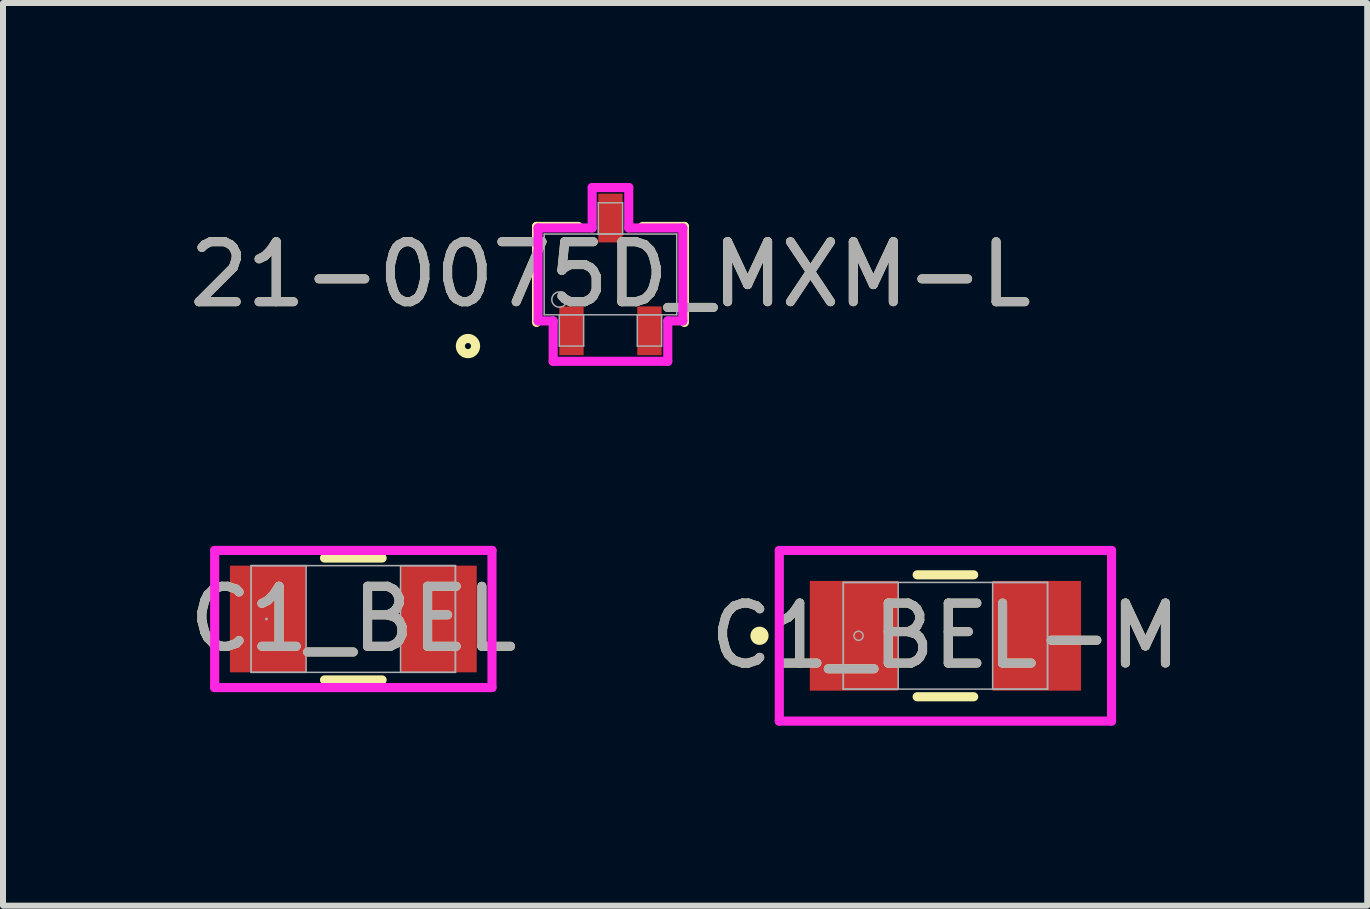
<source format=kicad_pcb>
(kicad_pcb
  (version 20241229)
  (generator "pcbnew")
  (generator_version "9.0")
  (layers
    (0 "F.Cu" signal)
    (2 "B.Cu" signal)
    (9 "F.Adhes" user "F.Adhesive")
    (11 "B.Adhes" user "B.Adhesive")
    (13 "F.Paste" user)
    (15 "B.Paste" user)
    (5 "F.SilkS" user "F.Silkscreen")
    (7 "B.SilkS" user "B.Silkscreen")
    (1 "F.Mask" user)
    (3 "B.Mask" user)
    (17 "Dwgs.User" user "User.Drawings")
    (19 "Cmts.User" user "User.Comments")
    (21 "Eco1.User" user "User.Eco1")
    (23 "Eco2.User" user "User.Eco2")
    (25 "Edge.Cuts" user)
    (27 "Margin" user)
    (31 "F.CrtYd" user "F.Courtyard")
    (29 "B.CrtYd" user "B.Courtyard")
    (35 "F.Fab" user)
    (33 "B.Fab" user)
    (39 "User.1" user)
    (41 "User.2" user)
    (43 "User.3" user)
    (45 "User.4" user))
  (footprint "C1_BEL-M"
    (layer "F.Cu")
    (at 12.708 7.547)
    (property "Reference" "C1_BEL-M" (at 0 0 0) (unlocked yes) (layer "F.SilkS") (effects (font (size 1 1) (thickness 0.15))))
    (attr smd)
    (fp_line (start -0.471 1.016) (end 0.471 1.016) (stroke (width 0.152) (type solid)) (layer "F.SilkS"))
    (fp_line (start 0.471 -1.016) (end -0.471 -1.016) (stroke (width 0.152) (type solid)) (layer "F.SilkS"))
    (fp_circle (center -3.099 0) (end -3.023 0) (stroke (width 0.152) (type solid)) (fill no) (layer "F.SilkS"))
    (fp_line (start -2.769 -1.422) (end 2.769 -1.422) (stroke (width 0.152) (type solid)) (layer "F.CrtYd"))
    (fp_line (start -2.769 1.422) (end -2.769 -1.422) (stroke (width 0.152) (type solid)) (layer "F.CrtYd"))
    (fp_line (start 2.769 -1.422) (end 2.769 1.422) (stroke (width 0.152) (type solid)) (layer "F.CrtYd"))
    (fp_line (start 2.769 1.422) (end -2.769 1.422) (stroke (width 0.152) (type solid)) (layer "F.CrtYd"))
    (fp_line (start -1.702 -0.889) (end -1.702 0.889) (stroke (width 0.025) (type solid)) (layer "F.Fab"))
    (fp_line (start -1.702 -0.889) (end -1.702 0.889) (stroke (width 0.025) (type solid)) (layer "F.Fab"))
    (fp_line (start -1.702 0.889) (end -0.787 0.889) (stroke (width 0.025) (type solid)) (layer "F.Fab"))
    (fp_line (start -1.702 0.889) (end 1.702 0.889) (stroke (width 0.025) (type solid)) (layer "F.Fab"))
    (fp_line (start -0.787 -0.889) (end -1.702 -0.889) (stroke (width 0.025) (type solid)) (layer "F.Fab"))
    (fp_line (start -0.787 0.889) (end -0.787 -0.889) (stroke (width 0.025) (type solid)) (layer "F.Fab"))
    (fp_line (start 0.787 -0.889) (end 0.787 0.889) (stroke (width 0.025) (type solid)) (layer "F.Fab"))
    (fp_line (start 0.787 0.889) (end 1.702 0.889) (stroke (width 0.025) (type solid)) (layer "F.Fab"))
    (fp_line (start 1.702 -0.889) (end -1.702 -0.889) (stroke (width 0.025) (type solid)) (layer "F.Fab"))
    (fp_line (start 1.702 -0.889) (end 0.787 -0.889) (stroke (width 0.025) (type solid)) (layer "F.Fab"))
    (fp_line (start 1.702 0.889) (end 1.702 -0.889) (stroke (width 0.025) (type solid)) (layer "F.Fab"))
    (fp_line (start 1.702 0.889) (end 1.702 -0.889) (stroke (width 0.025) (type solid)) (layer "F.Fab"))
    (fp_circle (center -1.448 0) (end -1.372 0) (stroke (width 0.025) (type solid)) (fill no) (layer "F.Fab"))
    (fp_text user "${REFERENCE}" (at 0 0 0) (unlocked yes) (layer "F.Fab") (effects (font (size 1 1) (thickness 0.15))))
    (pad "1" smd rect (at -1.524 0) (size 1.473 1.829) (layers "F.Cu" "F.Mask" "F.Paste"))
    (pad "2" smd rect (at 1.524 0) (size 1.473 1.829) (layers "F.Cu" "F.Mask" "F.Paste"))
    (zone (net_name "") (layer "F.Cu") (hatch full 0.508) (connect_pads) (min_thickness 0.254) (filled_areas_thickness no) (keepout (tracks not_allowed) (vias not_allowed) (pads allowed) (copperpour not_allowed) (footprints allowed)) (placement (enabled no)) (fill) (polygon (pts (xy 11.972 6.708) (xy 13.445 6.708) (xy 13.445 8.385) (xy 11.972 8.385)))))
  (footprint "21-0075D_MXM-L"
    (layer "F.Cu")
    (at 7.125 1.524)
    (property "Reference" "21-0075D_MXM-L" (at 0 0 0) (unlocked yes) (layer "F.SilkS") (effects (font (size 1 1) (thickness 0.15))))
    (attr smd)
    (fp_line (start -1.232 -0.8) (end -1.232 0.8) (stroke (width 0.152) (type solid)) (layer "F.SilkS"))
    (fp_line (start -0.536 -0.8) (end -1.232 -0.8) (stroke (width 0.152) (type solid)) (layer "F.SilkS"))
    (fp_line (start 1.232 -0.8) (end 0.536 -0.8) (stroke (width 0.152) (type solid)) (layer "F.SilkS"))
    (fp_line (start 1.232 0.8) (end 1.232 -0.8) (stroke (width 0.152) (type solid)) (layer "F.SilkS"))
    (fp_circle (center -2.375 1.194) (end -2.248 1.194) (stroke (width 0.152) (type solid)) (fill no) (layer "F.SilkS"))
    (fp_line (start -1.206 -0.775) (end -0.305 -0.775) (stroke (width 0.152) (type solid)) (layer "F.CrtYd"))
    (fp_line (start -1.206 0.775) (end -1.206 -0.775) (stroke (width 0.152) (type solid)) (layer "F.CrtYd"))
    (fp_line (start -1.206 0.775) (end -0.955 0.775) (stroke (width 0.152) (type solid)) (layer "F.CrtYd"))
    (fp_line (start -0.955 0.775) (end -0.955 1.448) (stroke (width 0.152) (type solid)) (layer "F.CrtYd"))
    (fp_line (start -0.955 1.448) (end 0.955 1.448) (stroke (width 0.152) (type solid)) (layer "F.CrtYd"))
    (fp_line (start -0.305 -1.448) (end 0.305 -1.448) (stroke (width 0.152) (type solid)) (layer "F.CrtYd"))
    (fp_line (start -0.305 -0.775) (end -0.305 -1.448) (stroke (width 0.152) (type solid)) (layer "F.CrtYd"))
    (fp_line (start 0.305 -0.775) (end 0.305 -1.448) (stroke (width 0.152) (type solid)) (layer "F.CrtYd"))
    (fp_line (start 0.955 0.775) (end 0.955 1.448) (stroke (width 0.152) (type solid)) (layer "F.CrtYd"))
    (fp_line (start 1.206 -0.775) (end 0.305 -0.775) (stroke (width 0.152) (type solid)) (layer "F.CrtYd"))
    (fp_line (start 1.206 -0.775) (end 1.206 0.775) (stroke (width 0.152) (type solid)) (layer "F.CrtYd"))
    (fp_line (start 1.206 0.775) (end 0.955 0.775) (stroke (width 0.152) (type solid)) (layer "F.CrtYd"))
    (fp_line (start -1.105 -0.673) (end -1.105 0.673) (stroke (width 0.025) (type solid)) (layer "F.Fab"))
    (fp_line (start -1.105 0.673) (end 1.105 0.673) (stroke (width 0.025) (type solid)) (layer "F.Fab"))
    (fp_line (start -0.853 0.673) (end -0.853 1.194) (stroke (width 0.025) (type solid)) (layer "F.Fab"))
    (fp_line (start -0.853 1.194) (end -0.447 1.194) (stroke (width 0.025) (type solid)) (layer "F.Fab"))
    (fp_line (start -0.447 0.673) (end -0.853 0.673) (stroke (width 0.025) (type solid)) (layer "F.Fab"))
    (fp_line (start -0.447 1.194) (end -0.447 0.673) (stroke (width 0.025) (type solid)) (layer "F.Fab"))
    (fp_line (start -0.203 -1.194) (end -0.203 -0.673) (stroke (width 0.025) (type solid)) (layer "F.Fab"))
    (fp_line (start -0.203 -0.673) (end 0.203 -0.673) (stroke (width 0.025) (type solid)) (layer "F.Fab"))
    (fp_line (start 0.203 -1.194) (end -0.203 -1.194) (stroke (width 0.025) (type solid)) (layer "F.Fab"))
    (fp_line (start 0.203 -0.673) (end 0.203 -1.194) (stroke (width 0.025) (type solid)) (layer "F.Fab"))
    (fp_line (start 0.447 0.673) (end 0.447 1.194) (stroke (width 0.025) (type solid)) (layer "F.Fab"))
    (fp_line (start 0.447 1.194) (end 0.853 1.194) (stroke (width 0.025) (type solid)) (layer "F.Fab"))
    (fp_line (start 0.853 0.673) (end 0.447 0.673) (stroke (width 0.025) (type solid)) (layer "F.Fab"))
    (fp_line (start 0.853 1.194) (end 0.853 0.673) (stroke (width 0.025) (type solid)) (layer "F.Fab"))
    (fp_line (start 1.105 -0.673) (end -1.105 -0.673) (stroke (width 0.025) (type solid)) (layer "F.Fab"))
    (fp_line (start 1.105 0.673) (end 1.105 -0.673) (stroke (width 0.025) (type solid)) (layer "F.Fab"))
    (fp_circle (center -0.851 0.419) (end -0.724 0.419) (stroke (width 0.025) (type solid)) (fill no) (layer "F.Fab"))
    (fp_text user "${REFERENCE}" (at 0 0 0) (unlocked yes) (layer "F.Fab") (effects (font (size 1 1) (thickness 0.15))))
    (pad "1" smd rect (at -0.65 0.94) (size 0.406 0.813) (layers "F.Cu" "F.Mask" "F.Paste"))
    (pad "2" smd rect (at 0.65 0.94) (size 0.406 0.813) (layers "F.Cu" "F.Mask" "F.Paste"))
    (pad "3" smd rect (at 0 -0.94) (size 0.406 0.813) (layers "F.Cu" "F.Mask" "F.Paste")))
  (footprint "C1_BEL"
    (layer "F.Cu")
    (at 2.839 7.267)
    (property "Reference" "C1_BEL" (at 0 0 0) (unlocked yes) (layer "F.SilkS") (effects (font (size 1 1) (thickness 0.15))))
    (attr smd)
    (fp_line (start -0.48 1.016) (end 0.48 1.016) (stroke (width 0.152) (type solid)) (layer "F.SilkS"))
    (fp_line (start 0.48 -1.016) (end -0.48 -1.016) (stroke (width 0.152) (type solid)) (layer "F.SilkS"))
    (fp_line (start -2.311 -1.143) (end 2.311 -1.143) (stroke (width 0.152) (type solid)) (layer "F.CrtYd"))
    (fp_line (start -2.311 1.143) (end -2.311 -1.143) (stroke (width 0.152) (type solid)) (layer "F.CrtYd"))
    (fp_line (start 2.311 -1.143) (end 2.311 1.143) (stroke (width 0.152) (type solid)) (layer "F.CrtYd"))
    (fp_line (start 2.311 1.143) (end -2.311 1.143) (stroke (width 0.152) (type solid)) (layer "F.CrtYd"))
    (fp_line (start -1.702 -0.889) (end -1.702 0.889) (stroke (width 0.025) (type solid)) (layer "F.Fab"))
    (fp_line (start -1.702 -0.889) (end -1.702 0.889) (stroke (width 0.025) (type solid)) (layer "F.Fab"))
    (fp_line (start -1.702 0.889) (end -0.787 0.889) (stroke (width 0.025) (type solid)) (layer "F.Fab"))
    (fp_line (start -1.702 0.889) (end 1.702 0.889) (stroke (width 0.025) (type solid)) (layer "F.Fab"))
    (fp_line (start -0.787 -0.889) (end -1.702 -0.889) (stroke (width 0.025) (type solid)) (layer "F.Fab"))
    (fp_line (start -0.787 0.889) (end -0.787 -0.889) (stroke (width 0.025) (type solid)) (layer "F.Fab"))
    (fp_line (start 0.787 -0.889) (end 0.787 0.889) (stroke (width 0.025) (type solid)) (layer "F.Fab"))
    (fp_line (start 0.787 0.889) (end 1.702 0.889) (stroke (width 0.025) (type solid)) (layer "F.Fab"))
    (fp_line (start 1.702 -0.889) (end -1.702 -0.889) (stroke (width 0.025) (type solid)) (layer "F.Fab"))
    (fp_line (start 1.702 -0.889) (end 0.787 -0.889) (stroke (width 0.025) (type solid)) (layer "F.Fab"))
    (fp_line (start 1.702 0.889) (end 1.702 -0.889) (stroke (width 0.025) (type solid)) (layer "F.Fab"))
    (fp_line (start 1.702 0.889) (end 1.702 -0.889) (stroke (width 0.025) (type solid)) (layer "F.Fab"))
    (fp_circle (center -1.448 0) (end -1.448 0) (stroke (width 0.025) (type solid)) (fill no) (layer "F.Fab"))
    (fp_text user "${REFERENCE}" (at 0 0 0) (unlocked yes) (layer "F.Fab") (effects (font (size 1 1) (thickness 0.15))))
    (pad "1" smd rect (at -1.422 0) (size 1.27 1.778) (layers "F.Cu" "F.Mask" "F.Paste"))
    (pad "2" smd rect (at 1.422 0) (size 1.27 1.778) (layers "F.Cu" "F.Mask" "F.Paste"))
    (zone (net_name "") (layer "F.Cu") (hatch full 0.508) (connect_pads) (min_thickness 0.254) (filled_areas_thickness no) (keepout (tracks not_allowed) (vias not_allowed) (pads allowed) (copperpour not_allowed) (footprints allowed)) (placement (enabled no)) (fill) (polygon (pts (xy 2.103 6.429) (xy 3.576 6.429) (xy 3.576 8.105) (xy 2.103 8.105)))))
  (gr_rect
    (start -3 -3)
    (end 19.738 12.045)
    (stroke (width 0.1) (type default))
    (fill no)
    (layer "Edge.Cuts")))
</source>
